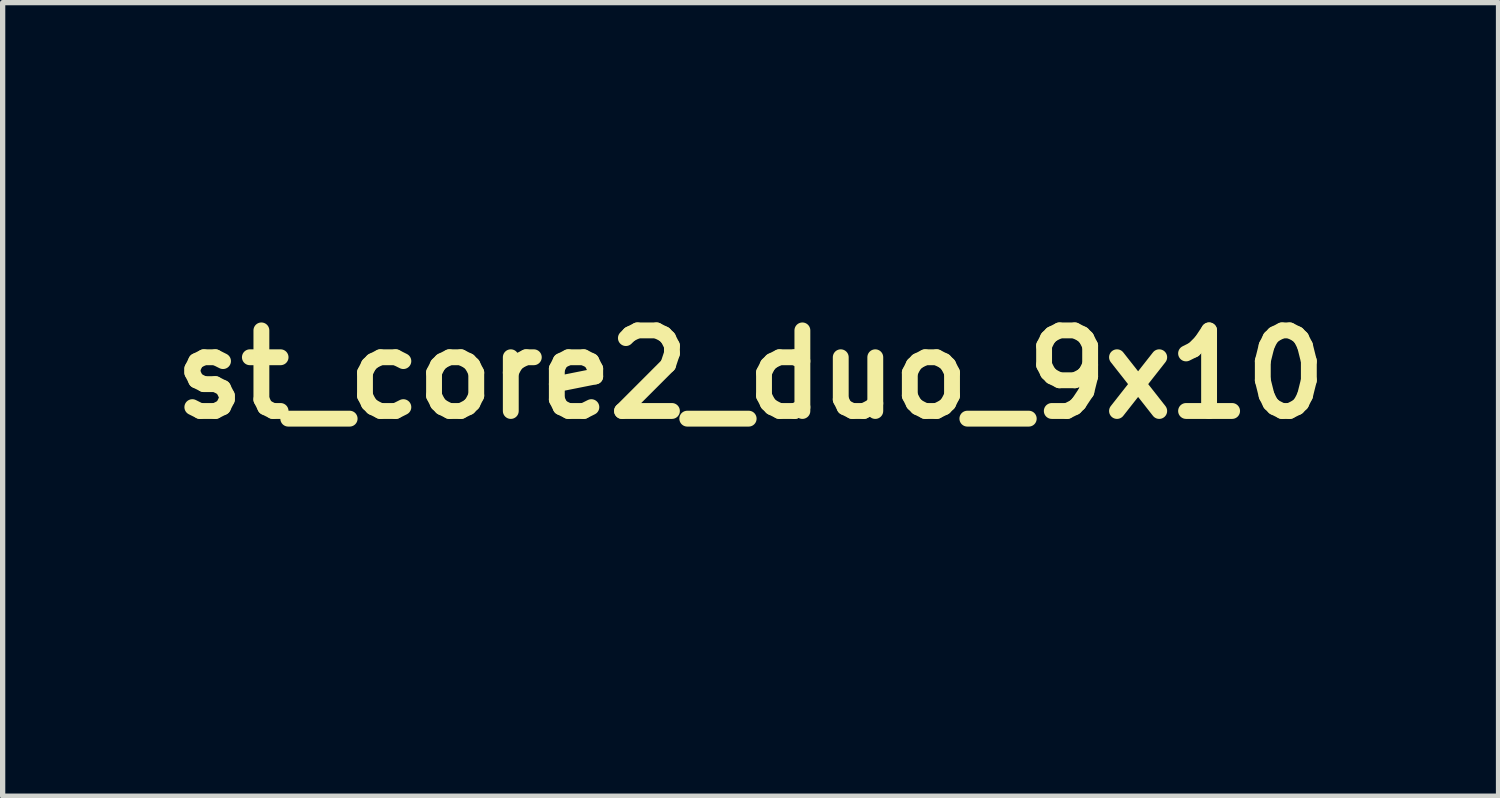
<source format=kicad_pcb>
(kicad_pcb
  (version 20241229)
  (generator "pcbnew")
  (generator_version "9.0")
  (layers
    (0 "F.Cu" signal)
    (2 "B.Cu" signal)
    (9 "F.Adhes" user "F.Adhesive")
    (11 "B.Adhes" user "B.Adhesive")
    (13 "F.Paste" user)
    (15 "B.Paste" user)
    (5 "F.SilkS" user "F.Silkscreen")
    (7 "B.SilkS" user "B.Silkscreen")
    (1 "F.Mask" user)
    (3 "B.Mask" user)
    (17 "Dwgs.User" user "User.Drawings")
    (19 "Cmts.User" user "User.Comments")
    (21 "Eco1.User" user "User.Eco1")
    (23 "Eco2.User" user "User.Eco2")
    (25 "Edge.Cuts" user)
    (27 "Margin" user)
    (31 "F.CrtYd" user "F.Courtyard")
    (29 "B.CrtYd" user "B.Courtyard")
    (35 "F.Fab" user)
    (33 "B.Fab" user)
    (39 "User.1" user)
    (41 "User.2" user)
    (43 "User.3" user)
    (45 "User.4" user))
  (footprint "st_core2_duo_9x10"
    (layer "F.Cu")
    (at 11.147 4.034)
    (property "Reference" "st_core2_duo_9x10" (at 0 0 0) (layer "F.SilkS") (effects (font (size 1.524 1.524) (thickness 0.3))))
    (attr through_hole)
    (fp_poly (pts (xy -1.96 -1.242) (xy -1.959 -1.234) (xy -1.987 -1.198) (xy -1.996 -1.197) (xy -2.031 -1.225) (xy -2.032 -1.234) (xy -2.004 -1.269) (xy -1.996 -1.27) (xy -1.96 -1.242)) (stroke (width 0.01) (type solid)) (fill yes) (layer "F.Mask"))
    (fp_poly (pts (xy -1.204 -0.914) (xy -1.197 -0.889) (xy -1.226 -0.841) (xy -1.252 -0.835) (xy -1.3 -0.864) (xy -1.306 -0.889) (xy -1.277 -0.937) (xy -1.252 -0.943) (xy -1.204 -0.914)) (stroke (width 0.01) (type solid)) (fill yes) (layer "F.Mask"))
    (fp_poly (pts (xy 3.033 3.939) (xy 3.048 3.971) (xy 3.017 4.017) (xy 2.954 4.028) (xy 2.886 4.013) (xy 2.875 3.982) (xy 2.916 3.94) (xy 2.979 3.924) (xy 3.033 3.939)) (stroke (width 0.01) (type solid)) (fill yes) (layer "F.Mask"))
    (fp_poly (pts (xy -1.764 -1.224) (xy -1.758 -1.156) (xy -1.757 -1.053) (xy -1.763 -0.927) (xy -1.779 -0.859) (xy -1.808 -0.835) (xy -1.815 -0.835) (xy -1.851 -0.854) (xy -1.866 -0.921) (xy -1.868 -0.999) (xy -1.853 -1.117) (xy -1.821 -1.204) (xy -1.81 -1.218) (xy -1.78 -1.24) (xy -1.764 -1.224)) (stroke (width 0.01) (type solid)) (fill yes) (layer "F.Mask"))
    (fp_poly (pts (xy 2.518 3.894) (xy 2.559 3.934) (xy 2.557 4.015) (xy 2.556 4.018) (xy 2.529 4.129) (xy 2.503 4.186) (xy 2.468 4.207) (xy 2.432 4.209) (xy 2.377 4.191) (xy 2.359 4.125) (xy 2.359 4.107) (xy 2.378 3.998) (xy 2.426 3.919) (xy 2.491 3.889) (xy 2.518 3.894)) (stroke (width 0.01) (type solid)) (fill yes) (layer "F.Mask"))
    (fp_poly (pts (xy -2.155 -1.236) (xy -2.141 -1.135) (xy -2.141 -1.11) (xy -2.136 -0.997) (xy -2.124 -0.91) (xy -2.119 -0.892) (xy -2.122 -0.845) (xy -2.164 -0.835) (xy -2.202 -0.844) (xy -2.222 -0.884) (xy -2.231 -0.969) (xy -2.232 -1.052) (xy -2.225 -1.189) (xy -2.206 -1.258) (xy -2.186 -1.27) (xy -2.155 -1.236)) (stroke (width 0.01) (type solid)) (fill yes) (layer "F.Mask"))
    (fp_poly (pts (xy 1.236 -1.239) (xy 1.282 -1.193) (xy 1.328 -1.127) (xy 1.314 -1.097) (xy 1.284 -1.055) (xy 1.27 -0.97) (xy 1.27 -0.959) (xy 1.261 -0.865) (xy 1.239 -0.838) (xy 1.213 -0.873) (xy 1.192 -0.968) (xy 1.19 -0.989) (xy 1.184 -1.101) (xy 1.188 -1.192) (xy 1.191 -1.208) (xy 1.207 -1.248) (xy 1.236 -1.239)) (stroke (width 0.01) (type solid)) (fill yes) (layer "F.Mask"))
    (fp_poly (pts (xy 2.753 -4.027) (xy 2.849 -3.961) (xy 2.965 -3.857) (xy 3.08 -3.735) (xy 3.173 -3.618) (xy 3.209 -3.56) (xy 3.249 -3.478) (xy 3.251 -3.454) (xy 3.215 -3.49) (xy 3.14 -3.585) (xy 3.118 -3.615) (xy 3.015 -3.739) (xy 2.891 -3.869) (xy 2.83 -3.926) (xy 2.76 -3.993) (xy 2.732 -4.029) (xy 2.753 -4.027)) (stroke (width 0.01) (type solid)) (fill yes) (layer "F.Mask"))
    (fp_poly (pts (xy -1.971 -1.129) (xy -1.959 -1.055) (xy -1.952 -0.957) (xy -1.937 -0.892) (xy -1.94 -0.846) (xy -1.992 -0.835) (xy -2.053 -0.849) (xy -2.068 -0.871) (xy -2.041 -0.906) (xy -2.032 -0.907) (xy -2.005 -0.938) (xy -1.996 -0.998) (xy -2.008 -1.066) (xy -2.032 -1.089) (xy -2.067 -1.116) (xy -2.068 -1.125) (xy -2.039 -1.157) (xy -2.014 -1.161) (xy -1.971 -1.129)) (stroke (width 0.01) (type solid)) (fill yes) (layer "F.Mask"))
    (fp_poly (pts (xy 0.325 1.026) (xy 0.342 1.037) (xy 0.336 1.04) (xy 0.305 1.085) (xy 0.29 1.171) (xy 0.29 1.182) (xy 0.281 1.265) (xy 0.258 1.305) (xy 0.254 1.306) (xy 0.23 1.274) (xy 0.218 1.196) (xy 0.218 1.182) (xy 0.206 1.094) (xy 0.176 1.042) (xy 0.172 1.04) (xy 0.173 1.028) (xy 0.231 1.022) (xy 0.254 1.022) (xy 0.325 1.026)) (stroke (width 0.01) (type solid)) (fill yes) (layer "F.Mask"))
    (fp_poly (pts (xy -0.665 -1.128) (xy -0.653 -1.054) (xy -0.653 -1.038) (xy -0.638 -0.927) (xy -0.6 -0.878) (xy -0.551 -0.891) (xy -0.502 -0.965) (xy -0.472 -1.058) (xy -0.454 -1.128) (xy -0.445 -1.139) (xy -0.441 -1.085) (xy -0.439 -1.015) (xy -0.44 -0.913) (xy -0.457 -0.864) (xy -0.503 -0.846) (xy -0.543 -0.842) (xy -0.641 -0.856) (xy -0.688 -0.904) (xy -0.721 -1.002) (xy -0.72 -1.092) (xy -0.689 -1.143) (xy -0.665 -1.128)) (stroke (width 0.01) (type solid)) (fill yes) (layer "F.Mask"))
    (fp_poly (pts (xy 0.951 -1.147) (xy 1.036 -1.133) (xy 1.081 -1.084) (xy 1.102 -1.024) (xy 1.118 -0.918) (xy 1.094 -0.862) (xy 1.066 -0.851) (xy 1.054 -0.898) (xy 1.052 -0.95) (xy 1.035 -1.059) (xy 0.993 -1.107) (xy 0.941 -1.098) (xy 0.892 -1.033) (xy 0.861 -0.925) (xy 0.851 -0.877) (xy 0.845 -0.895) (xy 0.84 -0.983) (xy 0.84 -0.983) (xy 0.839 -1.085) (xy 0.854 -1.133) (xy 0.898 -1.147) (xy 0.951 -1.147)) (stroke (width 0.01) (type solid)) (fill yes) (layer "F.Mask"))
    (fp_poly (pts (xy -0.79 1.205) (xy -0.766 1.242) (xy -0.769 1.314) (xy -0.784 1.39) (xy -0.823 1.431) (xy -0.909 1.457) (xy -0.933 1.461) (xy -1.086 1.492) (xy -1.097 1.934) (xy -1.107 2.377) (xy -1.225 2.388) (xy -1.322 2.382) (xy -1.362 2.35) (xy -1.368 2.298) (xy -1.372 2.187) (xy -1.373 2.032) (xy -1.372 1.847) (xy -1.371 1.758) (xy -1.361 1.216) (xy -1.259 1.204) (xy -1.168 1.207) (xy -1.112 1.229) (xy -1.044 1.245) (xy -1.015 1.232) (xy -0.94 1.207) (xy -0.859 1.198) (xy -0.79 1.205)) (stroke (width 0.01) (type solid)) (fill yes) (layer "F.Mask"))
    (fp_poly (pts (xy 0.499 1.038) (xy 0.537 1.098) (xy 0.577 1.179) (xy 0.601 1.098) (xy 0.639 1.025) (xy 0.68 1.017) (xy 0.713 1.067) (xy 0.726 1.161) (xy 0.716 1.251) (xy 0.693 1.301) (xy 0.668 1.303) (xy 0.652 1.247) (xy 0.651 1.225) (xy 0.649 1.143) (xy 0.616 1.225) (xy 0.583 1.287) (xy 0.562 1.306) (xy 0.535 1.277) (xy 0.509 1.225) (xy 0.476 1.143) (xy 0.474 1.225) (xy 0.462 1.295) (xy 0.438 1.306) (xy 0.414 1.266) (xy 0.4 1.185) (xy 0.399 1.161) (xy 0.413 1.058) (xy 0.449 1.015) (xy 0.499 1.038)) (stroke (width 0.01) (type solid)) (fill yes) (layer "F.Mask"))
    (fp_poly (pts (xy -0.904 -1.154) (xy -0.837 -1.142) (xy -0.806 -1.107) (xy -0.798 -1.026) (xy -0.798 -0.998) (xy -0.803 -0.903) (xy -0.827 -0.859) (xy -0.884 -0.844) (xy -0.904 -0.842) (xy -1.001 -0.855) (xy -1.067 -0.891) (xy -1.116 -0.978) (xy -1.111 -1.013) (xy -1.05 -1.013) (xy -1.029 -0.939) (xy -1.008 -0.914) (xy -0.943 -0.882) (xy -0.881 -0.92) (xy -0.855 -0.957) (xy -0.838 -1.017) (xy -0.883 -1.069) (xy -0.886 -1.072) (xy -0.963 -1.099) (xy -1.023 -1.073) (xy -1.05 -1.013) (xy -1.111 -1.013) (xy -1.104 -1.062) (xy -1.041 -1.126) (xy -0.937 -1.154) (xy -0.904 -1.154)) (stroke (width 0.01) (type solid)) (fill yes) (layer "F.Mask"))
    (fp_poly (pts (xy 2.015 -1.237) (xy 2.028 -1.151) (xy 2.032 -1.058) (xy 2.032 -0.846) (xy 1.911 -0.842) (xy 1.815 -0.851) (xy 1.749 -0.878) (xy 1.748 -0.879) (xy 1.705 -0.962) (xy 1.712 -1.024) (xy 1.749 -1.024) (xy 1.757 -0.955) (xy 1.803 -0.913) (xy 1.889 -0.892) (xy 1.945 -0.933) (xy 1.959 -0.999) (xy 1.935 -1.079) (xy 1.87 -1.103) (xy 1.805 -1.082) (xy 1.749 -1.024) (xy 1.712 -1.024) (xy 1.715 -1.05) (xy 1.764 -1.122) (xy 1.843 -1.155) (xy 1.887 -1.151) (xy 1.945 -1.152) (xy 1.959 -1.201) (xy 1.975 -1.258) (xy 1.996 -1.27) (xy 2.015 -1.237)) (stroke (width 0.01) (type solid)) (fill yes) (layer "F.Mask"))
    (fp_poly (pts (xy 1.598 -3.009) (xy 1.691 -3) (xy 1.73 -2.982) (xy 1.731 -2.966) (xy 1.711 -2.918) (xy 1.669 -2.816) (xy 1.61 -2.673) (xy 1.539 -2.501) (xy 1.503 -2.413) (xy 1.403 -2.175) (xy 1.323 -1.996) (xy 1.256 -1.865) (xy 1.196 -1.772) (xy 1.138 -1.709) (xy 1.075 -1.664) (xy 1.051 -1.65) (xy 0.968 -1.622) (xy 0.858 -1.604) (xy 0.743 -1.597) (xy 0.646 -1.602) (xy 0.588 -1.618) (xy 0.581 -1.631) (xy 0.594 -1.674) (xy 0.631 -1.773) (xy 0.687 -1.917) (xy 0.759 -2.097) (xy 0.843 -2.301) (xy 0.858 -2.339) (xy 1.136 -3.012) (xy 1.443 -3.012) (xy 1.598 -3.009)) (stroke (width 0.01) (type solid)) (fill yes) (layer "F.Mask"))
    (fp_poly (pts (xy -2.188 2.934) (xy -2.171 2.979) (xy -2.159 3.069) (xy -2.152 3.214) (xy -2.149 3.306) (xy -2.138 3.692) (xy -2.253 3.715) (xy -2.451 3.737) (xy -2.598 3.713) (xy -2.68 3.662) (xy -2.718 3.62) (xy -2.741 3.57) (xy -2.752 3.495) (xy -2.753 3.377) (xy -2.75 3.254) (xy -2.743 3.092) (xy -2.731 2.99) (xy -2.714 2.937) (xy -2.688 2.921) (xy -2.685 2.921) (xy -2.657 2.936) (xy -2.638 2.989) (xy -2.624 3.092) (xy -2.613 3.248) (xy -2.594 3.574) (xy -2.442 3.585) (xy -2.289 3.596) (xy -2.278 3.259) (xy -2.271 3.095) (xy -2.26 2.992) (xy -2.243 2.938) (xy -2.217 2.921) (xy -2.213 2.921) (xy -2.188 2.934)) (stroke (width 0.01) (type solid)) (fill yes) (layer "F.Mask"))
    (fp_poly (pts (xy -1.491 -1.141) (xy -1.469 -1.131) (xy -1.391 -1.076) (xy -1.381 -1.024) (xy -1.437 -0.988) (xy -1.506 -0.98) (xy -1.59 -0.972) (xy -1.632 -0.952) (xy -1.633 -0.947) (xy -1.604 -0.905) (xy -1.539 -0.893) (xy -1.484 -0.91) (xy -1.418 -0.941) (xy -1.393 -0.93) (xy -1.415 -0.889) (xy -1.497 -0.84) (xy -1.592 -0.852) (xy -1.648 -0.892) (xy -1.7 -0.973) (xy -1.682 -1.051) (xy -1.681 -1.052) (xy -1.615 -1.052) (xy -1.602 -1.025) (xy -1.544 -1.016) (xy -1.475 -1.028) (xy -1.451 -1.052) (xy -1.482 -1.082) (xy -1.522 -1.089) (xy -1.591 -1.072) (xy -1.615 -1.052) (xy -1.681 -1.052) (xy -1.633 -1.107) (xy -1.564 -1.151) (xy -1.491 -1.141)) (stroke (width 0.01) (type solid)) (fill yes) (layer "F.Mask"))
    (fp_poly (pts (xy 0.154 -1.156) (xy 0.271 -1.148) (xy 0.361 -1.129) (xy 0.39 -1.116) (xy 0.419 -1.063) (xy 0.433 -0.981) (xy 0.432 -0.898) (xy 0.415 -0.843) (xy 0.399 -0.835) (xy 0.375 -0.866) (xy 0.363 -0.945) (xy 0.363 -0.959) (xy 0.349 -1.065) (xy 0.314 -1.108) (xy 0.27 -1.091) (xy 0.23 -1.017) (xy 0.208 -0.925) (xy 0.192 -0.816) (xy 0.187 -0.93) (xy 0.168 -1.02) (xy 0.128 -1.087) (xy 0.082 -1.111) (xy 0.06 -1.1) (xy 0.044 -1.051) (xy 0.036 -0.963) (xy 0.036 -0.956) (xy 0.027 -0.874) (xy 0.003 -0.835) (xy 0 -0.835) (xy -0.022 -0.867) (xy -0.035 -0.949) (xy -0.036 -0.997) (xy -0.036 -1.16) (xy 0.154 -1.156)) (stroke (width 0.01) (type solid)) (fill yes) (layer "F.Mask"))
    (fp_poly (pts (xy 1.599 -1.132) (xy 1.632 -1.091) (xy 1.663 -1.021) (xy 1.649 -0.989) (xy 1.578 -0.98) (xy 1.542 -0.98) (xy 1.458 -0.971) (xy 1.416 -0.951) (xy 1.415 -0.946) (xy 1.444 -0.904) (xy 1.512 -0.895) (xy 1.569 -0.913) (xy 1.622 -0.927) (xy 1.633 -0.912) (xy 1.603 -0.865) (xy 1.532 -0.842) (xy 1.449 -0.846) (xy 1.386 -0.878) (xy 1.35 -0.949) (xy 1.343 -0.998) (xy 1.363 -1.064) (xy 1.416 -1.064) (xy 1.434 -1.031) (xy 1.504 -1.016) (xy 1.506 -1.016) (xy 1.574 -1.027) (xy 1.597 -1.049) (xy 1.567 -1.09) (xy 1.5 -1.105) (xy 1.46 -1.097) (xy 1.416 -1.064) (xy 1.363 -1.064) (xy 1.37 -1.089) (xy 1.437 -1.146) (xy 1.521 -1.163) (xy 1.599 -1.132)) (stroke (width 0.01) (type solid)) (fill yes) (layer "F.Mask"))
    (fp_poly (pts (xy 0.228 -3.011) (xy 0.425 -3.008) (xy 0.565 -3.003) (xy 0.656 -2.995) (xy 0.705 -2.983) (xy 0.72 -2.968) (xy 0.719 -2.964) (xy 0.702 -2.917) (xy 0.662 -2.814) (xy 0.603 -2.666) (xy 0.529 -2.485) (xy 0.445 -2.281) (xy 0.435 -2.257) (xy 0.163 -1.598) (xy -0.133 -1.597) (xy -0.43 -1.597) (xy -0.327 -1.699) (xy -0.224 -1.846) (xy -0.173 -2.015) (xy -0.182 -2.182) (xy -0.184 -2.186) (xy -0.23 -2.275) (xy -0.325 -2.399) (xy -0.464 -2.55) (xy -0.507 -2.594) (xy -0.624 -2.715) (xy -0.718 -2.824) (xy -0.78 -2.907) (xy -0.798 -2.947) (xy -0.794 -2.969) (xy -0.774 -2.985) (xy -0.729 -2.996) (xy -0.651 -3.004) (xy -0.531 -3.009) (xy -0.359 -3.011) (xy -0.127 -3.012) (xy -0.034 -3.012) (xy 0.228 -3.011)) (stroke (width 0.01) (type solid)) (fill yes) (layer "F.Mask"))
    (fp_poly (pts (xy 0.695 -1.137) (xy 0.764 -1.08) (xy 0.798 -1.018) (xy 0.798 -1.013) (xy 0.766 -0.993) (xy 0.685 -0.98) (xy 0.644 -0.979) (xy 0.551 -0.976) (xy 0.52 -0.965) (xy 0.541 -0.939) (xy 0.559 -0.925) (xy 0.628 -0.892) (xy 0.678 -0.913) (xy 0.732 -0.936) (xy 0.753 -0.928) (xy 0.75 -0.894) (xy 0.702 -0.857) (xy 0.631 -0.836) (xy 0.615 -0.835) (xy 0.541 -0.859) (xy 0.515 -0.878) (xy 0.473 -0.962) (xy 0.482 -1.054) (xy 0.489 -1.065) (xy 0.547 -1.065) (xy 0.562 -1.032) (xy 0.633 -1.016) (xy 0.639 -1.016) (xy 0.703 -1.022) (xy 0.706 -1.049) (xy 0.691 -1.068) (xy 0.631 -1.103) (xy 0.596 -1.101) (xy 0.547 -1.065) (xy 0.489 -1.065) (xy 0.534 -1.129) (xy 0.618 -1.161) (xy 0.622 -1.161) (xy 0.695 -1.137)) (stroke (width 0.01) (type solid)) (fill yes) (layer "F.Mask"))
    (fp_poly (pts (xy -1.537 2.959) (xy -1.466 3.015) (xy -1.418 3.112) (xy -1.389 3.267) (xy -1.386 3.302) (xy -1.38 3.426) (xy -1.391 3.506) (xy -1.425 3.567) (xy -1.481 3.627) (xy -1.601 3.709) (xy -1.734 3.739) (xy -1.857 3.712) (xy -1.89 3.691) (xy -1.971 3.588) (xy -2.021 3.442) (xy -2.034 3.293) (xy -1.887 3.293) (xy -1.873 3.45) (xy -1.829 3.546) (xy -1.75 3.588) (xy -1.705 3.592) (xy -1.604 3.567) (xy -1.562 3.522) (xy -1.536 3.438) (xy -1.524 3.329) (xy -1.524 3.32) (xy -1.542 3.17) (xy -1.597 3.08) (xy -1.691 3.048) (xy -1.699 3.048) (xy -1.803 3.067) (xy -1.862 3.13) (xy -1.886 3.248) (xy -1.887 3.293) (xy -2.034 3.293) (xy -2.035 3.278) (xy -2.01 3.119) (xy -1.991 3.07) (xy -1.912 2.976) (xy -1.795 2.924) (xy -1.663 2.918) (xy -1.537 2.959)) (stroke (width 0.01) (type solid)) (fill yes) (layer "F.Mask"))
    (fp_poly (pts (xy -0.12 -1.158) (xy -0.085 -1.135) (xy -0.074 -1.073) (xy -0.073 -0.987) (xy -0.081 -0.875) (xy -0.103 -0.791) (xy -0.116 -0.769) (xy -0.201 -0.729) (xy -0.299 -0.74) (xy -0.367 -0.787) (xy -0.397 -0.83) (xy -0.371 -0.83) (xy -0.345 -0.821) (xy -0.274 -0.796) (xy -0.225 -0.791) (xy -0.191 -0.794) (xy -0.148 -0.819) (xy -0.145 -0.831) (xy -0.174 -0.85) (xy -0.218 -0.845) (xy -0.311 -0.853) (xy -0.378 -0.914) (xy -0.399 -0.995) (xy -0.398 -0.998) (xy -0.363 -0.998) (xy -0.341 -0.965) (xy -0.307 -0.929) (xy -0.234 -0.892) (xy -0.172 -0.916) (xy -0.145 -0.994) (xy -0.145 -0.998) (xy -0.17 -1.077) (xy -0.231 -1.104) (xy -0.304 -1.069) (xy -0.307 -1.066) (xy -0.352 -1.017) (xy -0.363 -0.998) (xy -0.398 -0.998) (xy -0.371 -1.095) (xy -0.288 -1.15) (xy -0.192 -1.161) (xy -0.12 -1.158)) (stroke (width 0.01) (type solid)) (fill yes) (layer "F.Mask"))
    (fp_poly (pts (xy -3.569 -1.802) (xy -3.53 -1.723) (xy -3.505 -1.663) (xy -3.401 -1.433) (xy -3.286 -1.236) (xy -3.143 -1.049) (xy -2.958 -0.851) (xy -2.916 -0.809) (xy -2.797 -0.688) (xy -2.7 -0.585) (xy -2.635 -0.509) (xy -2.613 -0.473) (xy -2.582 -0.443) (xy -2.539 -0.435) (xy -2.466 -0.417) (xy -2.364 -0.369) (xy -2.316 -0.341) (xy -2.14 -0.243) (xy -1.915 -0.14) (xy -1.666 -0.04) (xy -1.414 0.047) (xy -1.379 0.058) (xy -1.255 0.099) (xy -1.2 0.126) (xy -1.216 0.139) (xy -1.302 0.137) (xy -1.46 0.122) (xy -1.59 0.106) (xy -2.009 0.029) (xy -2.392 -0.089) (xy -2.731 -0.243) (xy -3.02 -0.429) (xy -3.254 -0.645) (xy -3.427 -0.887) (xy -3.46 -0.953) (xy -3.513 -1.09) (xy -3.559 -1.255) (xy -3.596 -1.43) (xy -3.619 -1.593) (xy -3.626 -1.725) (xy -3.615 -1.798) (xy -3.595 -1.825) (xy -3.569 -1.802)) (stroke (width 0.01) (type solid)) (fill yes) (layer "F.Mask"))
    (fp_poly (pts (xy -2.841 0.838) (xy -2.735 0.852) (xy -2.677 0.882) (xy -2.652 0.934) (xy -2.649 0.984) (xy -2.649 1.089) (xy -2.903 1.089) (xy -3.05 1.093) (xy -3.145 1.109) (xy -3.208 1.142) (xy -3.227 1.159) (xy -3.286 1.26) (xy -3.323 1.409) (xy -3.337 1.583) (xy -3.327 1.76) (xy -3.295 1.919) (xy -3.24 2.036) (xy -3.225 2.055) (xy -3.171 2.102) (xy -3.105 2.128) (xy -3.005 2.139) (xy -2.897 2.141) (xy -2.766 2.142) (xy -2.692 2.15) (xy -2.658 2.171) (xy -2.649 2.211) (xy -2.649 2.232) (xy -2.675 2.316) (xy -2.742 2.359) (xy -2.895 2.39) (xy -3.077 2.387) (xy -3.254 2.352) (xy -3.324 2.326) (xy -3.453 2.242) (xy -3.544 2.121) (xy -3.6 1.953) (xy -3.626 1.73) (xy -3.628 1.612) (xy -3.612 1.347) (xy -3.562 1.142) (xy -3.475 0.994) (xy -3.346 0.897) (xy -3.172 0.846) (xy -3.006 0.835) (xy -2.841 0.838)) (stroke (width 0.01) (type solid)) (fill yes) (layer "F.Mask"))
    (fp_poly (pts (xy -3.146 2.663) (xy -3.08 2.693) (xy -3.01 2.749) (xy -3.007 2.751) (xy -2.941 2.818) (xy -2.903 2.885) (xy -2.883 2.978) (xy -2.874 3.094) (xy -2.877 3.329) (xy -2.922 3.507) (xy -3.012 3.632) (xy -3.15 3.707) (xy -3.34 3.736) (xy -3.385 3.737) (xy -3.528 3.729) (xy -3.603 3.703) (xy -3.613 3.69) (xy -3.619 3.638) (xy -3.622 3.528) (xy -3.623 3.376) (xy -3.621 3.196) (xy -3.621 3.155) (xy -3.612 2.758) (xy -3.483 2.758) (xy -3.483 3.118) (xy -3.481 3.277) (xy -3.476 3.413) (xy -3.467 3.507) (xy -3.461 3.535) (xy -3.407 3.579) (xy -3.301 3.592) (xy -3.188 3.577) (xy -3.107 3.52) (xy -3.083 3.493) (xy -3.041 3.427) (xy -3.019 3.353) (xy -3.014 3.248) (xy -3.019 3.143) (xy -3.042 2.966) (xy -3.093 2.849) (xy -3.18 2.783) (xy -3.31 2.758) (xy -3.342 2.758) (xy -3.483 2.758) (xy -3.612 2.758) (xy -3.61 2.667) (xy -3.368 2.656) (xy -3.233 2.653) (xy -3.146 2.663)) (stroke (width 0.01) (type solid)) (fill yes) (layer "F.Mask"))
    (fp_poly (pts (xy -1.882 1.223) (xy -1.731 1.299) (xy -1.629 1.428) (xy -1.573 1.612) (xy -1.56 1.792) (xy -1.578 2.01) (xy -1.634 2.172) (xy -1.733 2.288) (xy -1.811 2.339) (xy -1.95 2.381) (xy -2.114 2.39) (xy -2.26 2.364) (xy -2.271 2.36) (xy -2.343 2.313) (xy -2.425 2.234) (xy -2.443 2.214) (xy -2.491 2.151) (xy -2.52 2.087) (xy -2.534 2.002) (xy -2.54 1.876) (xy -2.54 1.796) (xy -2.25 1.796) (xy -2.243 1.923) (xy -2.227 2.028) (xy -2.212 2.071) (xy -2.146 2.126) (xy -2.049 2.138) (xy -1.95 2.105) (xy -1.917 2.081) (xy -1.876 2.022) (xy -1.855 1.928) (xy -1.851 1.802) (xy -1.865 1.63) (xy -1.911 1.519) (xy -1.993 1.462) (xy -2.073 1.451) (xy -2.159 1.471) (xy -2.215 1.535) (xy -2.243 1.652) (xy -2.25 1.796) (xy -2.54 1.796) (xy -2.54 1.789) (xy -2.54 1.479) (xy -2.399 1.338) (xy -2.307 1.254) (xy -2.23 1.212) (xy -2.135 1.199) (xy -2.082 1.198) (xy -1.882 1.223)) (stroke (width 0.01) (type solid)) (fill yes) (layer "F.Mask"))
    (fp_poly (pts (xy 1.556 0.812) (xy 1.718 0.86) (xy 1.836 0.949) (xy 1.904 1.075) (xy 1.913 1.235) (xy 1.913 1.237) (xy 1.889 1.342) (xy 1.843 1.431) (xy 1.761 1.518) (xy 1.632 1.619) (xy 1.555 1.673) (xy 1.376 1.809) (xy 1.257 1.934) (xy 1.201 2.042) (xy 1.197 2.073) (xy 1.204 2.104) (xy 1.231 2.124) (xy 1.292 2.135) (xy 1.4 2.14) (xy 1.563 2.141) (xy 1.928 2.141) (xy 1.916 2.259) (xy 1.905 2.377) (xy 1.424 2.387) (xy 0.943 2.397) (xy 0.944 2.169) (xy 0.953 2.014) (xy 0.988 1.886) (xy 1.057 1.772) (xy 1.171 1.655) (xy 1.338 1.522) (xy 1.359 1.506) (xy 1.514 1.381) (xy 1.606 1.28) (xy 1.638 1.197) (xy 1.614 1.125) (xy 1.578 1.088) (xy 1.511 1.067) (xy 1.396 1.06) (xy 1.255 1.068) (xy 1.112 1.088) (xy 1.025 1.109) (xy 0.968 1.117) (xy 0.946 1.082) (xy 0.943 1.022) (xy 0.95 0.955) (xy 0.979 0.913) (xy 1.05 0.88) (xy 1.131 0.854) (xy 1.358 0.809) (xy 1.556 0.812)) (stroke (width 0.01) (type solid)) (fill yes) (layer "F.Mask"))
    (fp_poly (pts (xy -0.036 1.227) (xy 0.122 1.312) (xy 0.23 1.447) (xy 0.285 1.627) (xy 0.29 1.714) (xy 0.29 1.887) (xy -0.054 1.887) (xy -0.215 1.888) (xy -0.316 1.893) (xy -0.372 1.906) (xy -0.395 1.928) (xy -0.399 1.957) (xy -0.38 2.043) (xy -0.316 2.1) (xy -0.199 2.131) (xy -0.02 2.141) (xy -0.016 2.141) (xy 0.254 2.141) (xy 0.254 2.245) (xy 0.242 2.322) (xy 0.191 2.359) (xy 0.141 2.372) (xy -0.078 2.397) (xy -0.277 2.384) (xy -0.437 2.334) (xy -0.475 2.312) (xy -0.575 2.23) (xy -0.639 2.135) (xy -0.674 2.009) (xy -0.688 1.834) (xy -0.689 1.765) (xy -0.688 1.621) (xy -0.687 1.615) (xy -0.4 1.615) (xy -0.389 1.671) (xy -0.32 1.699) (xy -0.2 1.705) (xy -0.082 1.701) (xy -0.021 1.686) (xy -0.001 1.654) (xy 0 1.645) (xy -0.029 1.555) (xy -0.101 1.49) (xy -0.194 1.455) (xy -0.286 1.46) (xy -0.355 1.511) (xy -0.362 1.522) (xy -0.4 1.615) (xy -0.687 1.615) (xy -0.679 1.527) (xy -0.655 1.461) (xy -0.608 1.4) (xy -0.549 1.338) (xy -0.456 1.254) (xy -0.377 1.212) (xy -0.281 1.198) (xy -0.238 1.197) (xy -0.036 1.227)) (stroke (width 0.01) (type solid)) (fill yes) (layer "F.Mask"))
    (fp_poly (pts (xy 0.884 -3.737) (xy 1.191 -3.737) (xy 1.438 -3.735) (xy 1.631 -3.733) (xy 1.777 -3.729) (xy 1.882 -3.724) (xy 1.952 -3.717) (xy 1.994 -3.709) (xy 2.013 -3.697) (xy 2.017 -3.683) (xy 2.014 -3.674) (xy 1.982 -3.592) (xy 1.952 -3.511) (xy 1.916 -3.411) (xy 0.55 -3.411) (xy 0.194 -3.411) (xy -0.096 -3.409) (xy -0.328 -3.407) (xy -0.511 -3.404) (xy -0.65 -3.399) (xy -0.754 -3.392) (xy -0.83 -3.382) (xy -0.885 -3.37) (xy -0.927 -3.355) (xy -0.943 -3.347) (xy -1.078 -3.242) (xy -1.162 -3.093) (xy -1.188 -2.914) (xy -1.185 -2.871) (xy -1.174 -2.799) (xy -1.149 -2.734) (xy -1.102 -2.662) (xy -1.024 -2.571) (xy -0.905 -2.448) (xy -0.852 -2.394) (xy -0.701 -2.237) (xy -0.605 -2.123) (xy -0.559 -2.048) (xy -0.556 -2.017) (xy -0.572 -1.997) (xy -0.608 -1.982) (xy -0.675 -1.972) (xy -0.78 -1.965) (xy -0.934 -1.961) (xy -1.146 -1.96) (xy -1.287 -1.959) (xy -1.562 -1.961) (xy -1.768 -1.966) (xy -1.907 -1.975) (xy -1.981 -1.988) (xy -1.996 -1.999) (xy -1.981 -2.054) (xy -1.942 -2.163) (xy -1.883 -2.313) (xy -1.81 -2.493) (xy -1.727 -2.69) (xy -1.64 -2.892) (xy -1.554 -3.088) (xy -1.474 -3.263) (xy -1.407 -3.408) (xy -1.355 -3.509) (xy -1.329 -3.552) (xy -1.288 -3.595) (xy -1.246 -3.631) (xy -1.197 -3.661) (xy -1.132 -3.684) (xy -1.046 -3.702) (xy -0.931 -3.716) (xy -0.781 -3.725) (xy -0.59 -3.731) (xy -0.349 -3.735) (xy -0.053 -3.737) (xy 0.305 -3.737) (xy 0.511 -3.737) (xy 0.884 -3.737)) (stroke (width 0.01) (type solid)) (fill yes) (layer "F.Mask"))
    (fp_poly (pts (xy -4.179 -1.162) (xy -4.151 -1.075) (xy -4.139 -1.026) (xy -4.027 -0.724) (xy -3.848 -0.44) (xy -3.609 -0.179) (xy -3.313 0.057) (xy -2.967 0.261) (xy -2.574 0.431) (xy -2.322 0.513) (xy -2.054 0.583) (xy -1.796 0.635) (xy -1.528 0.67) (xy -1.233 0.691) (xy -0.892 0.7) (xy -0.744 0.7) (xy -0.314 0.692) (xy 0.084 0.665) (xy 0.468 0.618) (xy 0.858 0.548) (xy 1.274 0.45) (xy 1.732 0.324) (xy 1.981 0.245) (xy 2.258 0.147) (xy 2.549 0.035) (xy 2.842 -0.086) (xy 3.124 -0.209) (xy 3.384 -0.33) (xy 3.608 -0.444) (xy 3.784 -0.544) (xy 3.871 -0.603) (xy 3.949 -0.658) (xy 4.001 -0.688) (xy 4.007 -0.689) (xy 4.01 -0.654) (xy 4.014 -0.552) (xy 4.017 -0.388) (xy 4.019 -0.169) (xy 4.022 0.099) (xy 4.024 0.412) (xy 4.025 0.764) (xy 4.027 1.148) (xy 4.027 1.56) (xy 4.028 1.964) (xy 4.028 2.467) (xy 4.027 2.902) (xy 4.027 3.274) (xy 4.026 3.59) (xy 4.024 3.853) (xy 4.022 4.069) (xy 4.019 4.244) (xy 4.015 4.382) (xy 4.009 4.488) (xy 4.003 4.568) (xy 3.995 4.626) (xy 3.986 4.668) (xy 3.974 4.7) (xy 3.962 4.725) (xy 3.955 4.736) (xy 3.933 4.773) (xy 3.914 4.806) (xy 3.892 4.835) (xy 3.865 4.861) (xy 3.828 4.883) (xy 3.776 4.902) (xy 3.706 4.918) (xy 3.614 4.931) (xy 3.495 4.942) (xy 3.344 4.951) (xy 3.159 4.958) (xy 2.934 4.962) (xy 2.667 4.966) (xy 2.351 4.968) (xy 1.984 4.969) (xy 1.561 4.97) (xy 1.078 4.97) (xy 0.53 4.969) (xy -0.085 4.969) (xy -0.096 4.969) (xy -0.612 4.968) (xy -1.108 4.967) (xy -1.579 4.965) (xy -2.02 4.963) (xy -2.428 4.961) (xy -2.795 4.958) (xy -3.119 4.955) (xy -3.394 4.951) (xy -3.614 4.948) (xy -3.775 4.944) (xy -3.873 4.94) (xy -3.901 4.936) (xy -3.972 4.891) (xy -4.058 4.816) (xy -4.08 4.794) (xy -4.145 4.71) (xy -4.182 4.618) (xy -4.2 4.487) (xy -4.202 4.465) (xy -4.212 4.305) (xy -4.209 4.226) (xy 0.874 4.226) (xy 0.886 4.269) (xy 0.919 4.282) (xy 0.921 4.282) (xy 0.949 4.257) (xy 1.099 4.257) (xy 1.132 4.282) (xy 1.138 4.282) (xy 1.181 4.249) (xy 1.212 4.15) (xy 1.218 4.117) (xy 1.251 3.991) (xy 1.304 3.92) (xy 1.308 3.918) (xy 1.372 3.903) (xy 1.405 3.946) (xy 1.407 4.051) (xy 1.399 4.121) (xy 1.388 4.223) (xy 1.399 4.271) (xy 1.428 4.282) (xy 1.466 4.255) (xy 1.469 4.245) (xy 1.597 4.245) (xy 1.629 4.268) (xy 1.709 4.281) (xy 1.741 4.282) (xy 1.838 4.275) (xy 1.886 4.246) (xy 1.905 4.198) (xy 2.037 4.198) (xy 2.04 4.26) (xy 2.06 4.277) (xy 2.073 4.274) (xy 2.107 4.23) (xy 2.139 4.132) (xy 2.154 4.05) (xy 2.155 4.048) (xy 2.257 4.048) (xy 2.264 4.188) (xy 2.265 4.191) (xy 2.288 4.248) (xy 2.336 4.275) (xy 2.43 4.282) (xy 2.448 4.282) (xy 2.549 4.278) (xy 2.599 4.256) (xy 2.622 4.203) (xy 2.628 4.172) (xy 2.755 4.172) (xy 2.775 4.249) (xy 2.782 4.258) (xy 2.836 4.276) (xy 2.927 4.281) (xy 3.022 4.274) (xy 3.09 4.256) (xy 3.102 4.245) (xy 3.087 4.221) (xy 3.014 4.209) (xy 3 4.209) (xy 2.899 4.193) (xy 2.853 4.155) (xy 2.855 4.12) (xy 2.902 4.104) (xy 2.995 4.1) (xy 3.095 4.097) (xy 3.142 4.078) (xy 3.156 4.032) (xy 3.157 3.999) (xy 3.13 3.887) (xy 3.059 3.822) (xy 2.964 3.81) (xy 2.86 3.856) (xy 2.83 3.883) (xy 2.787 3.959) (xy 2.76 4.065) (xy 2.755 4.172) (xy 2.628 4.172) (xy 2.63 4.164) (xy 2.649 4.055) (xy 2.674 3.919) (xy 2.683 3.864) (xy 2.696 3.748) (xy 2.692 3.695) (xy 3.182 3.695) (xy 3.184 3.756) (xy 3.201 3.824) (xy 3.211 3.846) (xy 3.224 3.816) (xy 3.226 3.81) (xy 3.338 3.81) (xy 3.352 3.84) (xy 3.362 3.834) (xy 3.367 3.791) (xy 3.362 3.786) (xy 3.341 3.791) (xy 3.338 3.81) (xy 3.226 3.81) (xy 3.238 3.756) (xy 3.237 3.683) (xy 3.223 3.674) (xy 3.354 3.674) (xy 3.359 3.711) (xy 3.399 3.765) (xy 3.452 3.81) (xy 3.492 3.82) (xy 3.49 3.788) (xy 3.447 3.729) (xy 3.424 3.709) (xy 3.536 3.709) (xy 3.548 3.775) (xy 3.573 3.864) (xy 3.585 3.78) (xy 3.587 3.706) (xy 3.577 3.674) (xy 3.545 3.664) (xy 3.536 3.709) (xy 3.424 3.709) (xy 3.39 3.681) (xy 3.354 3.674) (xy 3.223 3.674) (xy 3.211 3.665) (xy 3.182 3.695) (xy 2.692 3.695) (xy 2.69 3.669) (xy 2.669 3.638) (xy 2.638 3.664) (xy 2.615 3.713) (xy 2.561 3.791) (xy 2.489 3.81) (xy 2.38 3.842) (xy 2.299 3.927) (xy 2.257 4.048) (xy 2.155 4.048) (xy 2.168 3.934) (xy 2.17 3.85) (xy 2.163 3.82) (xy 2.124 3.815) (xy 2.088 3.878) (xy 2.059 4.005) (xy 2.048 4.078) (xy 2.037 4.198) (xy 1.905 4.198) (xy 1.908 4.19) (xy 1.91 4.111) (xy 1.86 4.044) (xy 1.836 4.024) (xy 1.773 3.956) (xy 1.771 3.907) (xy 1.826 3.891) (xy 1.873 3.898) (xy 1.941 3.902) (xy 1.959 3.865) (xy 1.931 3.823) (xy 1.842 3.81) (xy 1.84 3.81) (xy 1.72 3.832) (xy 1.649 3.888) (xy 1.634 3.964) (xy 1.68 4.044) (xy 1.724 4.079) (xy 1.798 4.142) (xy 1.804 4.186) (xy 1.743 4.208) (xy 1.705 4.209) (xy 1.629 4.22) (xy 1.597 4.245) (xy 1.597 4.245) (xy 1.469 4.245) (xy 1.494 4.168) (xy 1.507 4.085) (xy 1.517 3.968) (xy 1.515 3.88) (xy 1.508 3.85) (xy 1.461 3.828) (xy 1.369 3.816) (xy 1.326 3.816) (xy 1.227 3.822) (xy 1.177 3.845) (xy 1.154 3.904) (xy 1.145 3.951) (xy 1.124 4.071) (xy 1.103 4.179) (xy 1.103 4.182) (xy 1.099 4.257) (xy 0.949 4.257) (xy 0.96 4.247) (xy 0.99 4.145) (xy 0.996 4.109) (xy 1.014 3.993) (xy 1.032 3.899) (xy 1.039 3.873) (xy 1.033 3.82) (xy 1.003 3.81) (xy 0.959 3.846) (xy 0.92 3.951) (xy 0.91 3.993) (xy 0.882 4.138) (xy 0.874 4.226) (xy -4.209 4.226) (xy -4.207 4.197) (xy -4.177 4.13) (xy -4.109 4.094) (xy -3.993 4.078) (xy -3.817 4.072) (xy -3.784 4.071) (xy -3.414 4.061) (xy -3.104 4.05) (xy -2.839 4.036) (xy -2.607 4.019) (xy -2.393 3.997) (xy -2.186 3.97) (xy -1.97 3.937) (xy -1.959 3.935) (xy -1.797 3.909) (xy -1.642 3.884) (xy -1.525 3.866) (xy -1.506 3.864) (xy -1.398 3.845) (xy -1.253 3.814) (xy -1.084 3.773) (xy -0.907 3.729) (xy 0.966 3.729) (xy 1 3.731) (xy 1.025 3.716) (xy 2.116 3.716) (xy 2.156 3.737) (xy 2.206 3.708) (xy 2.213 3.68) (xy 2.192 3.638) (xy 2.17 3.637) (xy 2.122 3.673) (xy 2.116 3.716) (xy 1.025 3.716) (xy 1.05 3.702) (xy 1.057 3.684) (xy 1.037 3.642) (xy 0.994 3.647) (xy 0.966 3.684) (xy 0.966 3.729) (xy -0.907 3.729) (xy -0.905 3.728) (xy -0.729 3.681) (xy -0.568 3.636) (xy -0.436 3.596) (xy -0.347 3.565) (xy -0.312 3.547) (xy -0.313 3.545) (xy -0.305 3.525) (xy -0.265 3.52) (xy -0.182 3.507) (xy -0.053 3.473) (xy 0.101 3.424) (xy 0.258 3.367) (xy 0.381 3.317) (xy 0.481 3.279) (xy 0.559 3.261) (xy 0.575 3.261) (xy 0.606 3.249) (xy 0.6 3.232) (xy 0.609 3.201) (xy 0.648 3.193) (xy 0.706 3.177) (xy 0.81 3.136) (xy 0.942 3.077) (xy 1.085 3.009) (xy 1.221 2.94) (xy 1.333 2.879) (xy 1.404 2.834) (xy 1.418 2.821) (xy 1.468 2.799) (xy 1.491 2.801) (xy 1.531 2.786) (xy 1.532 2.764) (xy 1.542 2.733) (xy 1.556 2.737) (xy 1.606 2.732) (xy 1.644 2.705) (xy 1.696 2.672) (xy 1.719 2.675) (xy 1.74 2.671) (xy 1.742 2.659) (xy 1.772 2.621) (xy 1.845 2.579) (xy 1.851 2.576) (xy 1.925 2.536) (xy 1.959 2.499) (xy 1.959 2.497) (xy 1.981 2.479) (xy 1.993 2.484) (xy 2.034 2.472) (xy 2.108 2.42) (xy 2.174 2.362) (xy 2.254 2.287) (xy 2.308 2.242) (xy 2.322 2.234) (xy 2.347 2.227) (xy 2.415 2.173) (xy 2.523 2.077) (xy 2.663 1.944) (xy 2.665 1.941) (xy 2.721 1.941) (xy 2.74 1.959) (xy 2.758 1.941) (xy 2.74 1.923) (xy 2.721 1.941) (xy 2.665 1.941) (xy 2.694 1.913) (xy 2.796 1.82) (xy 2.883 1.754) (xy 2.938 1.727) (xy 2.947 1.729) (xy 2.969 1.731) (xy 2.959 1.708) (xy 2.966 1.653) (xy 3.027 1.565) (xy 3.074 1.512) (xy 3.174 1.4) (xy 3.266 1.286) (xy 3.304 1.234) (xy 3.362 1.151) (xy 3.405 1.096) (xy 3.413 1.089) (xy 3.462 1.027) (xy 3.526 0.912) (xy 3.6 0.756) (xy 3.677 0.577) (xy 3.751 0.387) (xy 3.816 0.202) (xy 3.866 0.038) (xy 3.888 -0.054) (xy 3.921 -0.229) (xy 3.936 -0.353) (xy 3.926 -0.429) (xy 3.882 -0.459) (xy 3.799 -0.447) (xy 3.669 -0.395) (xy 3.485 -0.306) (xy 3.378 -0.252) (xy 3.204 -0.165) (xy 3.053 -0.091) (xy 2.936 -0.036) (xy 2.866 -0.005) (xy 2.852 0) (xy 2.807 0.014) (xy 2.718 0.051) (xy 2.619 0.095) (xy 2.434 0.173) (xy 2.212 0.257) (xy 1.977 0.339) (xy 1.75 0.412) (xy 1.553 0.467) (xy 1.451 0.491) (xy 1.356 0.515) (xy 1.292 0.54) (xy 1.288 0.543) (xy 1.231 0.564) (xy 1.107 0.597) (xy 0.921 0.639) (xy 0.678 0.689) (xy 0.508 0.722) (xy 0.196 0.769) (xy -0.165 0.802) (xy -0.555 0.819) (xy -0.953 0.821) (xy -1.336 0.808) (xy -1.684 0.778) (xy -1.887 0.75) (xy -2.115 0.703) (xy -2.363 0.638) (xy -2.606 0.564) (xy -2.821 0.486) (xy -2.957 0.426) (xy -3.074 0.363) (xy -3.204 0.287) (xy -3.332 0.205) (xy -3.444 0.13) (xy -3.523 0.07) (xy -3.556 0.035) (xy -3.556 0.034) (xy -3.586 0.001) (xy -3.629 -0.018) (xy -3.687 -0.059) (xy -3.701 -0.095) (xy -3.72 -0.131) (xy -3.738 -0.126) (xy -3.766 -0.124) (xy -3.766 -0.134) (xy -3.781 -0.179) (xy -3.832 -0.247) (xy -3.837 -0.252) (xy -3.894 -0.329) (xy -3.919 -0.392) (xy -3.919 -0.394) (xy -3.93 -0.429) (xy -3.942 -0.425) (xy -3.973 -0.434) (xy -4.015 -0.5) (xy -4.064 -0.607) (xy -4.111 -0.742) (xy -4.152 -0.889) (xy -4.159 -0.921) (xy -4.185 -1.058) (xy -4.196 -1.148) (xy -4.194 -1.184) (xy -4.179 -1.162)) (stroke (width 0.01) (type solid)) (fill yes) (layer "F.Mask")))
  (gr_rect
    (start -3 -3)
    (end 25.294 12.009)
    (stroke (width 0.1) (type default))
    (fill no)
    (layer "Edge.Cuts")))
</source>
